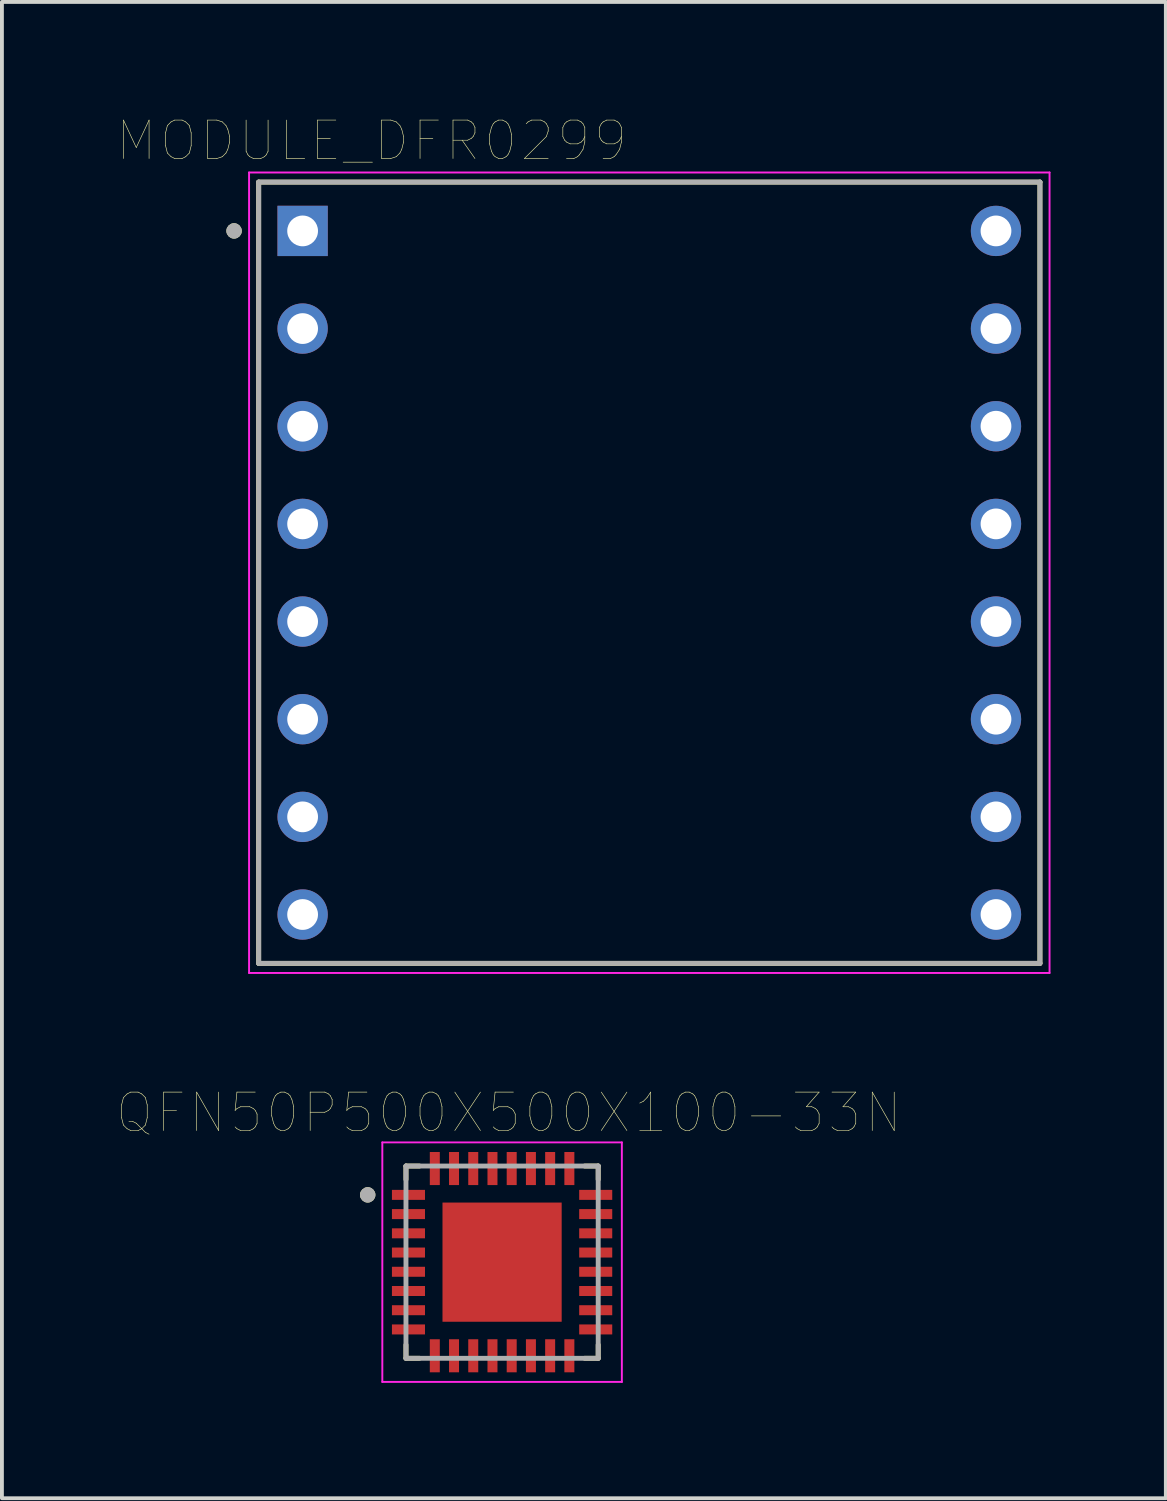
<source format=kicad_pcb>
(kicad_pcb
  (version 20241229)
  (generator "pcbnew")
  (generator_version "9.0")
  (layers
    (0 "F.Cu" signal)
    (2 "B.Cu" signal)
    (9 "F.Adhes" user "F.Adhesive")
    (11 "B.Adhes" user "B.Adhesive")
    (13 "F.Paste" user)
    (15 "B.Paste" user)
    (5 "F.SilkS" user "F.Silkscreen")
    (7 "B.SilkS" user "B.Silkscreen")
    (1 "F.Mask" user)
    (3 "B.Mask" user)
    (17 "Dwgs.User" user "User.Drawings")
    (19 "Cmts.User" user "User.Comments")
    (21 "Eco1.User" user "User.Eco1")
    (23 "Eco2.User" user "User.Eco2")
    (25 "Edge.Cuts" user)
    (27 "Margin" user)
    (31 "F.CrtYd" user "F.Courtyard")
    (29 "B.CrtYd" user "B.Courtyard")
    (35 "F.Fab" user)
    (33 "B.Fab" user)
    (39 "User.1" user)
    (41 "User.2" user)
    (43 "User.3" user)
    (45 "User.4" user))
  (footprint "MODULE_DFR0299"
    (layer "F.Cu")
    (at 13.838 11.846)
    (property "Reference" "MODULE_DFR0299" (at -7.225 -11.235 0) (layer "F.SilkS") (effects (font (size 1 1) (thickness 0.015))))
    (attr through_hole)
    (fp_line (start -10.16 -10.16) (end 10.16 -10.16) (stroke (width 0.127) (type solid)) (layer "F.SilkS"))
    (fp_line (start -10.16 10.16) (end -10.16 -10.16) (stroke (width 0.127) (type solid)) (layer "F.SilkS"))
    (fp_line (start 10.16 -10.16) (end 10.16 10.16) (stroke (width 0.127) (type solid)) (layer "F.SilkS"))
    (fp_line (start 10.16 10.16) (end -10.16 10.16) (stroke (width 0.127) (type solid)) (layer "F.SilkS"))
    (fp_circle (center -10.8 -8.89) (end -10.7 -8.89) (stroke (width 0.2) (type solid)) (fill no) (layer "F.SilkS"))
    (fp_line (start -10.41 -10.41) (end 10.41 -10.41) (stroke (width 0.05) (type solid)) (layer "F.CrtYd"))
    (fp_line (start -10.41 10.41) (end -10.41 -10.41) (stroke (width 0.05) (type solid)) (layer "F.CrtYd"))
    (fp_line (start 10.41 -10.41) (end 10.41 10.41) (stroke (width 0.05) (type solid)) (layer "F.CrtYd"))
    (fp_line (start 10.41 10.41) (end -10.41 10.41) (stroke (width 0.05) (type solid)) (layer "F.CrtYd"))
    (fp_line (start -10.16 -10.16) (end 10.16 -10.16) (stroke (width 0.127) (type solid)) (layer "F.Fab"))
    (fp_line (start -10.16 10.16) (end -10.16 -10.16) (stroke (width 0.127) (type solid)) (layer "F.Fab"))
    (fp_line (start 10.16 -10.16) (end 10.16 10.16) (stroke (width 0.127) (type solid)) (layer "F.Fab"))
    (fp_line (start 10.16 10.16) (end -10.16 10.16) (stroke (width 0.127) (type solid)) (layer "F.Fab"))
    (fp_circle (center -10.8 -8.89) (end -10.7 -8.89) (stroke (width 0.2) (type solid)) (fill no) (layer "F.Fab"))
    (pad "1" thru_hole rect (at -9.017 -8.89) (size 1.308 1.308) (drill 0.8) (layers "*.Cu" "*.Mask"))
    (pad "2" thru_hole circle (at -9.017 -6.35) (size 1.308 1.308) (drill 0.8) (layers "*.Cu" "*.Mask"))
    (pad "3" thru_hole circle (at -9.017 -3.81) (size 1.308 1.308) (drill 0.8) (layers "*.Cu" "*.Mask"))
    (pad "4" thru_hole circle (at -9.017 -1.27) (size 1.308 1.308) (drill 0.8) (layers "*.Cu" "*.Mask"))
    (pad "5" thru_hole circle (at -9.017 1.27) (size 1.308 1.308) (drill 0.8) (layers "*.Cu" "*.Mask"))
    (pad "6" thru_hole circle (at -9.017 3.81) (size 1.308 1.308) (drill 0.8) (layers "*.Cu" "*.Mask"))
    (pad "7" thru_hole circle (at -9.017 6.35) (size 1.308 1.308) (drill 0.8) (layers "*.Cu" "*.Mask"))
    (pad "8" thru_hole circle (at -9.017 8.89) (size 1.308 1.308) (drill 0.8) (layers "*.Cu" "*.Mask"))
    (pad "9" thru_hole circle (at 9.017 8.89) (size 1.308 1.308) (drill 0.8) (layers "*.Cu" "*.Mask"))
    (pad "10" thru_hole circle (at 9.017 6.35) (size 1.308 1.308) (drill 0.8) (layers "*.Cu" "*.Mask"))
    (pad "11" thru_hole circle (at 9.017 3.81) (size 1.308 1.308) (drill 0.8) (layers "*.Cu" "*.Mask"))
    (pad "12" thru_hole circle (at 9.017 1.27) (size 1.308 1.308) (drill 0.8) (layers "*.Cu" "*.Mask"))
    (pad "13" thru_hole circle (at 9.017 -1.27) (size 1.308 1.308) (drill 0.8) (layers "*.Cu" "*.Mask"))
    (pad "14" thru_hole circle (at 9.017 -3.81) (size 1.308 1.308) (drill 0.8) (layers "*.Cu" "*.Mask"))
    (pad "15" thru_hole circle (at 9.017 -6.35) (size 1.308 1.308) (drill 0.8) (layers "*.Cu" "*.Mask"))
    (pad "16" thru_hole circle (at 9.017 -8.89) (size 1.308 1.308) (drill 0.8) (layers "*.Cu" "*.Mask")))
  (footprint "QFN50P500X500X100-33N"
    (layer "F.Cu")
    (at 10.009 29.778)
    (property "Reference" "QFN50P500X500X100-33N" (at 0.175 -3.885 0) (layer "F.SilkS") (effects (font (size 1 1) (thickness 0.015))))
    (attr through_hole)
    (fp_line (start -2.5 -2.5) (end -2.5 -2.15) (stroke (width 0.127) (type solid)) (layer "F.SilkS"))
    (fp_line (start -2.5 -2.5) (end -2.15 -2.5) (stroke (width 0.127) (type solid)) (layer "F.SilkS"))
    (fp_line (start -2.5 2.5) (end -2.5 2.15) (stroke (width 0.127) (type solid)) (layer "F.SilkS"))
    (fp_line (start -2.5 2.5) (end -2.15 2.5) (stroke (width 0.127) (type solid)) (layer "F.SilkS"))
    (fp_line (start 2.5 -2.5) (end 2.15 -2.5) (stroke (width 0.127) (type solid)) (layer "F.SilkS"))
    (fp_line (start 2.5 -2.5) (end 2.5 -2.15) (stroke (width 0.127) (type solid)) (layer "F.SilkS"))
    (fp_line (start 2.5 2.5) (end 2.15 2.5) (stroke (width 0.127) (type solid)) (layer "F.SilkS"))
    (fp_line (start 2.5 2.5) (end 2.5 2.15) (stroke (width 0.127) (type solid)) (layer "F.SilkS"))
    (fp_circle (center -3.495 -1.75) (end -3.395 -1.75) (stroke (width 0.2) (type solid)) (fill no) (layer "F.SilkS"))
    (fp_poly (pts (xy -0.98 -0.98) (xy 0.98 -0.98) (xy 0.98 0.98) (xy -0.98 0.98)) (stroke (width 0.01) (type solid)) (fill yes) (layer "F.Paste"))
    (fp_line (start -3.115 -3.115) (end 3.115 -3.115) (stroke (width 0.05) (type solid)) (layer "F.CrtYd"))
    (fp_line (start -3.115 3.115) (end -3.115 -3.115) (stroke (width 0.05) (type solid)) (layer "F.CrtYd"))
    (fp_line (start -3.115 3.115) (end 3.115 3.115) (stroke (width 0.05) (type solid)) (layer "F.CrtYd"))
    (fp_line (start 3.115 3.115) (end 3.115 -3.115) (stroke (width 0.05) (type solid)) (layer "F.CrtYd"))
    (fp_line (start -2.5 2.5) (end -2.5 -2.5) (stroke (width 0.127) (type solid)) (layer "F.Fab"))
    (fp_line (start 2.5 -2.5) (end -2.5 -2.5) (stroke (width 0.127) (type solid)) (layer "F.Fab"))
    (fp_line (start 2.5 2.5) (end -2.5 2.5) (stroke (width 0.127) (type solid)) (layer "F.Fab"))
    (fp_line (start 2.5 2.5) (end 2.5 -2.5) (stroke (width 0.127) (type solid)) (layer "F.Fab"))
    (fp_circle (center -3.495 -1.75) (end -3.395 -1.75) (stroke (width 0.2) (type solid)) (fill no) (layer "F.Fab"))
    (pad "1" smd rect (at -2.435 -1.75) (size 0.86 0.26) (layers "F.Cu" "F.Mask" "F.Paste"))
    (pad "2" smd rect (at -2.435 -1.25) (size 0.86 0.26) (layers "F.Cu" "F.Mask" "F.Paste"))
    (pad "3" smd rect (at -2.435 -0.75) (size 0.86 0.26) (layers "F.Cu" "F.Mask" "F.Paste"))
    (pad "4" smd rect (at -2.435 -0.25) (size 0.86 0.26) (layers "F.Cu" "F.Mask" "F.Paste"))
    (pad "5" smd rect (at -2.435 0.25) (size 0.86 0.26) (layers "F.Cu" "F.Mask" "F.Paste"))
    (pad "6" smd rect (at -2.435 0.75) (size 0.86 0.26) (layers "F.Cu" "F.Mask" "F.Paste"))
    (pad "7" smd rect (at -2.435 1.25) (size 0.86 0.26) (layers "F.Cu" "F.Mask" "F.Paste"))
    (pad "8" smd rect (at -2.435 1.75) (size 0.86 0.26) (layers "F.Cu" "F.Mask" "F.Paste"))
    (pad "9" smd rect (at -1.75 2.435) (size 0.26 0.86) (layers "F.Cu" "F.Mask" "F.Paste"))
    (pad "10" smd rect (at -1.25 2.435) (size 0.26 0.86) (layers "F.Cu" "F.Mask" "F.Paste"))
    (pad "11" smd rect (at -0.75 2.435) (size 0.26 0.86) (layers "F.Cu" "F.Mask" "F.Paste"))
    (pad "12" smd rect (at -0.25 2.435) (size 0.26 0.86) (layers "F.Cu" "F.Mask" "F.Paste"))
    (pad "13" smd rect (at 0.25 2.435) (size 0.26 0.86) (layers "F.Cu" "F.Mask" "F.Paste"))
    (pad "14" smd rect (at 0.75 2.435) (size 0.26 0.86) (layers "F.Cu" "F.Mask" "F.Paste"))
    (pad "15" smd rect (at 1.25 2.435) (size 0.26 0.86) (layers "F.Cu" "F.Mask" "F.Paste"))
    (pad "16" smd rect (at 1.75 2.435) (size 0.26 0.86) (layers "F.Cu" "F.Mask" "F.Paste"))
    (pad "17" smd rect (at 2.435 1.75) (size 0.86 0.26) (layers "F.Cu" "F.Mask" "F.Paste"))
    (pad "18" smd rect (at 2.435 1.25) (size 0.86 0.26) (layers "F.Cu" "F.Mask" "F.Paste"))
    (pad "19" smd rect (at 2.435 0.75) (size 0.86 0.26) (layers "F.Cu" "F.Mask" "F.Paste"))
    (pad "20" smd rect (at 2.435 0.25) (size 0.86 0.26) (layers "F.Cu" "F.Mask" "F.Paste"))
    (pad "21" smd rect (at 2.435 -0.25) (size 0.86 0.26) (layers "F.Cu" "F.Mask" "F.Paste"))
    (pad "22" smd rect (at 2.435 -0.75) (size 0.86 0.26) (layers "F.Cu" "F.Mask" "F.Paste"))
    (pad "23" smd rect (at 2.435 -1.25) (size 0.86 0.26) (layers "F.Cu" "F.Mask" "F.Paste"))
    (pad "24" smd rect (at 2.435 -1.75) (size 0.86 0.26) (layers "F.Cu" "F.Mask" "F.Paste"))
    (pad "25" smd rect (at 1.75 -2.435) (size 0.26 0.86) (layers "F.Cu" "F.Mask" "F.Paste"))
    (pad "26" smd rect (at 1.25 -2.435) (size 0.26 0.86) (layers "F.Cu" "F.Mask" "F.Paste"))
    (pad "27" smd rect (at 0.75 -2.435) (size 0.26 0.86) (layers "F.Cu" "F.Mask" "F.Paste"))
    (pad "28" smd rect (at 0.25 -2.435) (size 0.26 0.86) (layers "F.Cu" "F.Mask" "F.Paste"))
    (pad "29" smd rect (at -0.25 -2.435) (size 0.26 0.86) (layers "F.Cu" "F.Mask" "F.Paste"))
    (pad "30" smd rect (at -0.75 -2.435) (size 0.26 0.86) (layers "F.Cu" "F.Mask" "F.Paste"))
    (pad "31" smd rect (at -1.25 -2.435) (size 0.26 0.86) (layers "F.Cu" "F.Mask" "F.Paste"))
    (pad "32" smd rect (at -1.75 -2.435) (size 0.26 0.86) (layers "F.Cu" "F.Mask" "F.Paste"))
    (pad "33" smd rect (at 0 0) (size 3.1 3.1) (layers "F.Cu" "F.Mask")))
  (gr_rect
    (start -3 -3)
    (end 27.273 35.918)
    (stroke (width 0.1) (type default))
    (fill no)
    (layer "Edge.Cuts")))
</source>
